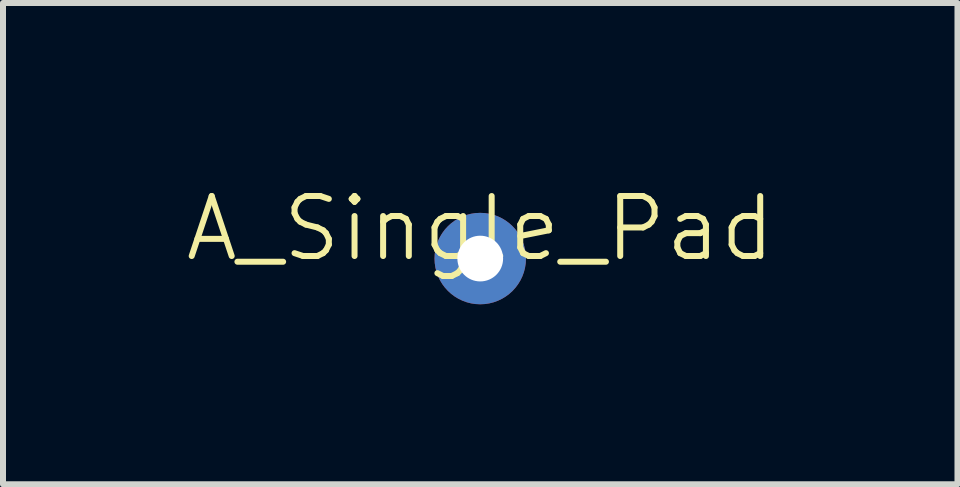
<source format=kicad_pcb>
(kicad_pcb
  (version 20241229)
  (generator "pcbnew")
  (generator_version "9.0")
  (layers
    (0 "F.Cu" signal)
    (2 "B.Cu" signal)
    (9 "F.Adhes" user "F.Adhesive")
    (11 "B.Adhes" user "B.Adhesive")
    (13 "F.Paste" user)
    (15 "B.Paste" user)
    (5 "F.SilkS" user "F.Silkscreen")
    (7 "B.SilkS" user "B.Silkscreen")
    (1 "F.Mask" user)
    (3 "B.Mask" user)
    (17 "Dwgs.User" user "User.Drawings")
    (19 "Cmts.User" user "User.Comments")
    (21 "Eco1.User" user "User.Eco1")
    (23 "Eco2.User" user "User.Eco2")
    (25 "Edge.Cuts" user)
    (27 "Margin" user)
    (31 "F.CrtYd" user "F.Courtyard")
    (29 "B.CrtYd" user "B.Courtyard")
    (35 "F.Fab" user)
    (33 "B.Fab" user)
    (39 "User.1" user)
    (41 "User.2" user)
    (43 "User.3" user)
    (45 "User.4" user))
  (footprint "A_Single_Pad"
    (layer "F.Cu")
    (at 4.955 1.26)
    (property "Reference" "A_Single_Pad" (at 0 -0.5 0) (unlocked yes) (layer "F.SilkS") (effects (font (size 1 1) (thickness 0.1))))
    (attr through_hole)
    (pad "1" thru_hole circle (at 0 0) (size 1.524 1.524) (drill 0.762) (layers "*.Cu" "*.Mask")))
  (gr_rect
    (start -3 -3)
    (end 12.91 5.022)
    (stroke (width 0.1) (type default))
    (fill no)
    (layer "Edge.Cuts")))
</source>
